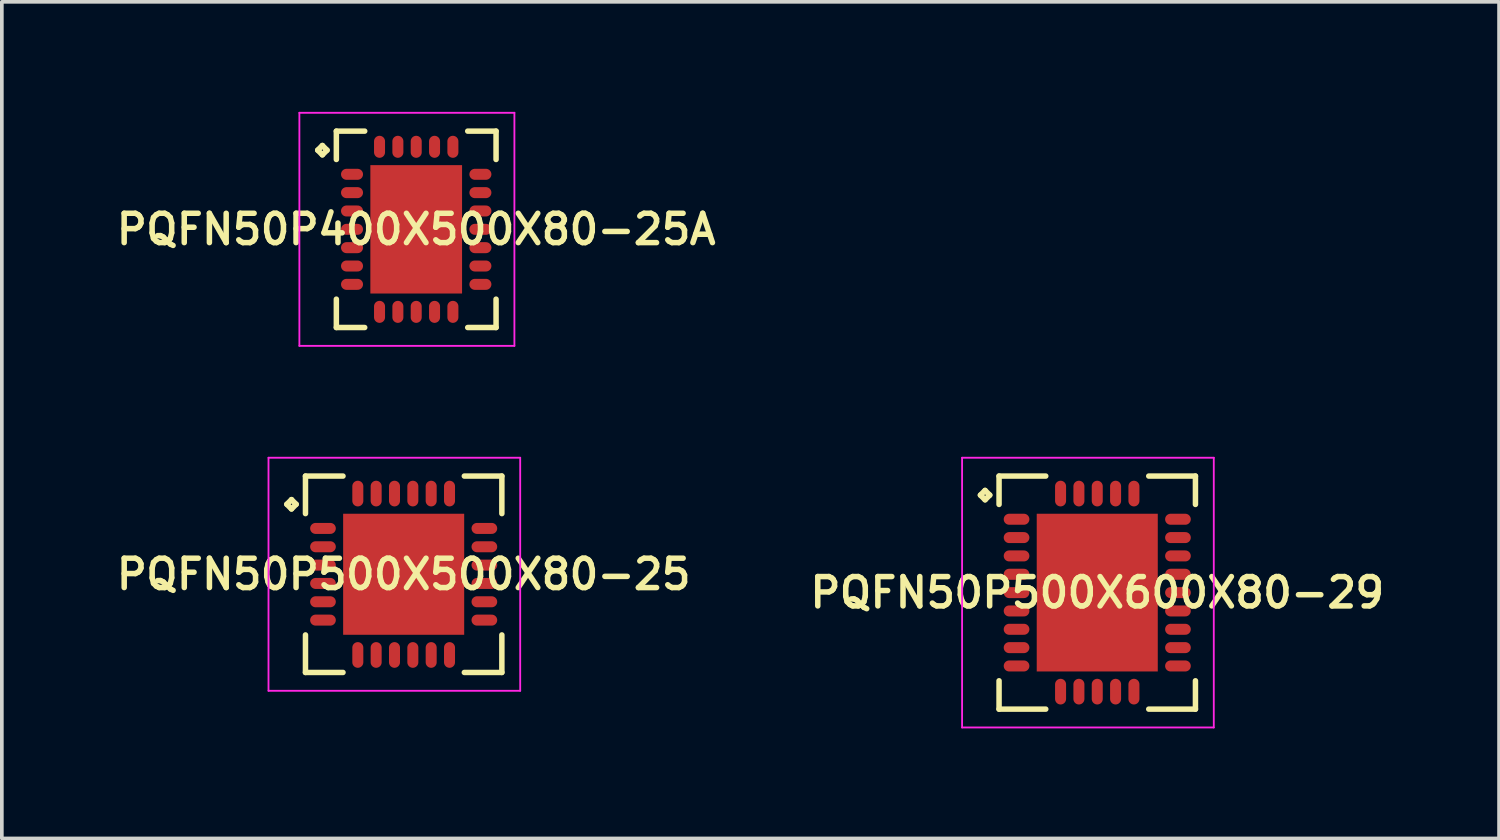
<source format=kicad_pcb>
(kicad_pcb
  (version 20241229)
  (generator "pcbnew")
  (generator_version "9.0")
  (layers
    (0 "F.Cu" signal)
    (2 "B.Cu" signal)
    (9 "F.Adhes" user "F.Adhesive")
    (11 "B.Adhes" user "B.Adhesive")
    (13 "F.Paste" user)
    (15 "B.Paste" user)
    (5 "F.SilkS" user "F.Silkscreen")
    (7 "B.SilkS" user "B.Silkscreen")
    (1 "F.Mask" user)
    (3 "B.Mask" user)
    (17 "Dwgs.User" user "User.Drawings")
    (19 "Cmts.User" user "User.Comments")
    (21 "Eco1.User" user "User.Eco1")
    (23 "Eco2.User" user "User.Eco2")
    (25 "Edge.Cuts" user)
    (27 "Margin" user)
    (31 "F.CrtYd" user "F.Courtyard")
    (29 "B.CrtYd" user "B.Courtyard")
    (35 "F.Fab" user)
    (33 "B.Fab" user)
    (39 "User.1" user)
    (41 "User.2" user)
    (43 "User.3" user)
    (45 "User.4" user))
  (footprint "PQFN50P500X500X80-25"
    (layer "F.Cu")
    (at 7.955 12.606)
    (property "Reference" "PQFN50P500X500X80-25" (at 0 0 0) (layer "F.SilkS") (effects (font (size 0.8 0.8) (thickness 0.15))))
    (attr smd)
    (fp_line (start -3.185 -1.908) (end -3.058 -2.035) (stroke (width 0.15) (type solid)) (layer "F.SilkS"))
    (fp_line (start -3.058 -2.035) (end -2.931 -1.908) (stroke (width 0.15) (type solid)) (layer "F.SilkS"))
    (fp_line (start -3.058 -1.781) (end -3.185 -1.908) (stroke (width 0.15) (type solid)) (layer "F.SilkS"))
    (fp_line (start -2.931 -1.908) (end -3.058 -1.781) (stroke (width 0.15) (type solid)) (layer "F.SilkS"))
    (fp_line (start -2.677 -2.677) (end -1.654 -2.677) (stroke (width 0.15) (type solid)) (layer "F.SilkS"))
    (fp_line (start -2.677 -1.654) (end -2.677 -2.677) (stroke (width 0.15) (type solid)) (layer "F.SilkS"))
    (fp_line (start -2.677 1.654) (end -2.677 2.677) (stroke (width 0.15) (type solid)) (layer "F.SilkS"))
    (fp_line (start -2.677 2.677) (end -1.654 2.677) (stroke (width 0.15) (type solid)) (layer "F.SilkS"))
    (fp_line (start 1.654 -2.677) (end 2.677 -2.677) (stroke (width 0.15) (type solid)) (layer "F.SilkS"))
    (fp_line (start 1.654 2.677) (end 2.677 2.677) (stroke (width 0.15) (type solid)) (layer "F.SilkS"))
    (fp_line (start 2.677 -2.677) (end 2.677 -1.654) (stroke (width 0.15) (type solid)) (layer "F.SilkS"))
    (fp_line (start 2.677 2.677) (end 2.677 1.654) (stroke (width 0.15) (type solid)) (layer "F.SilkS"))
    (fp_line (start -3.685 -3.177) (end 3.177 -3.177) (stroke (width 0.05) (type solid)) (layer "F.CrtYd"))
    (fp_line (start -3.685 3.177) (end -3.685 -3.177) (stroke (width 0.05) (type solid)) (layer "F.CrtYd"))
    (fp_line (start 3.177 -3.177) (end 3.177 3.177) (stroke (width 0.05) (type solid)) (layer "F.CrtYd"))
    (fp_line (start 3.177 3.177) (end -3.685 3.177) (stroke (width 0.05) (type solid)) (layer "F.CrtYd"))
    (pad "1" smd oval (at -2.2 -1.25) (size 0.7 0.3) (layers "F.Cu" "F.Mask" "F.Paste"))
    (pad "2" smd oval (at -2.2 -0.75) (size 0.7 0.3) (layers "F.Cu" "F.Mask" "F.Paste"))
    (pad "3" smd oval (at -2.2 -0.25) (size 0.7 0.3) (layers "F.Cu" "F.Mask" "F.Paste"))
    (pad "4" smd oval (at -2.2 0.25) (size 0.7 0.3) (layers "F.Cu" "F.Mask" "F.Paste"))
    (pad "5" smd oval (at -2.2 0.75) (size 0.7 0.3) (layers "F.Cu" "F.Mask" "F.Paste"))
    (pad "6" smd oval (at -2.2 1.25) (size 0.7 0.3) (layers "F.Cu" "F.Mask" "F.Paste"))
    (pad "7" smd oval (at -1.25 2.2) (size 0.3 0.7) (layers "F.Cu" "F.Mask" "F.Paste"))
    (pad "8" smd oval (at -0.75 2.2) (size 0.3 0.7) (layers "F.Cu" "F.Mask" "F.Paste"))
    (pad "9" smd oval (at -0.25 2.2) (size 0.3 0.7) (layers "F.Cu" "F.Mask" "F.Paste"))
    (pad "10" smd oval (at 0.25 2.2) (size 0.3 0.7) (layers "F.Cu" "F.Mask" "F.Paste"))
    (pad "11" smd oval (at 0.75 2.2) (size 0.3 0.7) (layers "F.Cu" "F.Mask" "F.Paste"))
    (pad "12" smd oval (at 1.25 2.2) (size 0.3 0.7) (layers "F.Cu" "F.Mask" "F.Paste"))
    (pad "13" smd oval (at 2.2 1.25) (size 0.7 0.3) (layers "F.Cu" "F.Mask" "F.Paste"))
    (pad "14" smd oval (at 2.2 0.75) (size 0.7 0.3) (layers "F.Cu" "F.Mask" "F.Paste"))
    (pad "15" smd oval (at 2.2 0.25) (size 0.7 0.3) (layers "F.Cu" "F.Mask" "F.Paste"))
    (pad "16" smd oval (at 2.2 -0.25) (size 0.7 0.3) (layers "F.Cu" "F.Mask" "F.Paste"))
    (pad "17" smd oval (at 2.2 -0.75) (size 0.7 0.3) (layers "F.Cu" "F.Mask" "F.Paste"))
    (pad "18" smd oval (at 2.2 -1.25) (size 0.7 0.3) (layers "F.Cu" "F.Mask" "F.Paste"))
    (pad "19" smd oval (at 1.25 -2.2) (size 0.3 0.7) (layers "F.Cu" "F.Mask" "F.Paste"))
    (pad "20" smd oval (at 0.75 -2.2) (size 0.3 0.7) (layers "F.Cu" "F.Mask" "F.Paste"))
    (pad "21" smd oval (at 0.25 -2.2) (size 0.3 0.7) (layers "F.Cu" "F.Mask" "F.Paste"))
    (pad "22" smd oval (at -0.25 -2.2) (size 0.3 0.7) (layers "F.Cu" "F.Mask" "F.Paste"))
    (pad "23" smd oval (at -0.75 -2.2) (size 0.3 0.7) (layers "F.Cu" "F.Mask" "F.Paste"))
    (pad "24" smd oval (at -1.25 -2.2) (size 0.3 0.7) (layers "F.Cu" "F.Mask" "F.Paste"))
    (pad "25" smd rect (at 0 0) (size 3.3 3.3) (layers "F.Cu" "F.Mask" "F.Paste")))
  (footprint "PQFN50P400X500X80-25A"
    (layer "F.Cu")
    (at 8.297 3.202)
    (property "Reference" "PQFN50P400X500X80-25A" (at 0 0 0) (layer "F.SilkS") (effects (font (size 0.8 0.8) (thickness 0.15))))
    (attr smd)
    (fp_line (start -2.685 -2.158) (end -2.558 -2.285) (stroke (width 0.15) (type solid)) (layer "F.SilkS"))
    (fp_line (start -2.558 -2.285) (end -2.431 -2.158) (stroke (width 0.15) (type solid)) (layer "F.SilkS"))
    (fp_line (start -2.558 -2.031) (end -2.685 -2.158) (stroke (width 0.15) (type solid)) (layer "F.SilkS"))
    (fp_line (start -2.431 -2.158) (end -2.558 -2.031) (stroke (width 0.15) (type solid)) (layer "F.SilkS"))
    (fp_line (start -2.177 -2.677) (end -1.404 -2.677) (stroke (width 0.15) (type solid)) (layer "F.SilkS"))
    (fp_line (start -2.177 -1.904) (end -2.177 -2.677) (stroke (width 0.15) (type solid)) (layer "F.SilkS"))
    (fp_line (start -2.177 1.904) (end -2.177 2.677) (stroke (width 0.15) (type solid)) (layer "F.SilkS"))
    (fp_line (start -2.177 2.677) (end -1.404 2.677) (stroke (width 0.15) (type solid)) (layer "F.SilkS"))
    (fp_line (start 1.404 -2.677) (end 2.177 -2.677) (stroke (width 0.15) (type solid)) (layer "F.SilkS"))
    (fp_line (start 1.404 2.677) (end 2.177 2.677) (stroke (width 0.15) (type solid)) (layer "F.SilkS"))
    (fp_line (start 2.177 -2.677) (end 2.177 -1.904) (stroke (width 0.15) (type solid)) (layer "F.SilkS"))
    (fp_line (start 2.177 2.677) (end 2.177 1.904) (stroke (width 0.15) (type solid)) (layer "F.SilkS"))
    (fp_line (start -3.185 -3.177) (end 2.677 -3.177) (stroke (width 0.05) (type solid)) (layer "F.CrtYd"))
    (fp_line (start -3.185 3.177) (end -3.185 -3.177) (stroke (width 0.05) (type solid)) (layer "F.CrtYd"))
    (fp_line (start 2.677 -3.177) (end 2.677 3.177) (stroke (width 0.05) (type solid)) (layer "F.CrtYd"))
    (fp_line (start 2.677 3.177) (end -3.185 3.177) (stroke (width 0.05) (type solid)) (layer "F.CrtYd"))
    (pad "1" smd oval (at -1.75 -1.5) (size 0.6 0.3) (layers "F.Cu" "F.Mask" "F.Paste"))
    (pad "2" smd oval (at -1.75 -1) (size 0.6 0.3) (layers "F.Cu" "F.Mask" "F.Paste"))
    (pad "3" smd oval (at -1.75 -0.5) (size 0.6 0.3) (layers "F.Cu" "F.Mask" "F.Paste"))
    (pad "4" smd oval (at -1.75 0) (size 0.6 0.3) (layers "F.Cu" "F.Mask" "F.Paste"))
    (pad "5" smd oval (at -1.75 0.5) (size 0.6 0.3) (layers "F.Cu" "F.Mask" "F.Paste"))
    (pad "6" smd oval (at -1.75 1) (size 0.6 0.3) (layers "F.Cu" "F.Mask" "F.Paste"))
    (pad "7" smd oval (at -1.75 1.5) (size 0.6 0.3) (layers "F.Cu" "F.Mask" "F.Paste"))
    (pad "8" smd oval (at -1 2.25) (size 0.3 0.6) (layers "F.Cu" "F.Mask" "F.Paste"))
    (pad "9" smd oval (at -0.5 2.25) (size 0.3 0.6) (layers "F.Cu" "F.Mask" "F.Paste"))
    (pad "10" smd oval (at 0 2.25) (size 0.3 0.6) (layers "F.Cu" "F.Mask" "F.Paste"))
    (pad "11" smd oval (at 0.5 2.25) (size 0.3 0.6) (layers "F.Cu" "F.Mask" "F.Paste"))
    (pad "12" smd oval (at 1 2.25) (size 0.3 0.6) (layers "F.Cu" "F.Mask" "F.Paste"))
    (pad "13" smd oval (at 1.75 1.5) (size 0.6 0.3) (layers "F.Cu" "F.Mask" "F.Paste"))
    (pad "14" smd oval (at 1.75 1) (size 0.6 0.3) (layers "F.Cu" "F.Mask" "F.Paste"))
    (pad "15" smd oval (at 1.75 0.5) (size 0.6 0.3) (layers "F.Cu" "F.Mask" "F.Paste"))
    (pad "16" smd oval (at 1.75 0) (size 0.6 0.3) (layers "F.Cu" "F.Mask" "F.Paste"))
    (pad "17" smd oval (at 1.75 -0.5) (size 0.6 0.3) (layers "F.Cu" "F.Mask" "F.Paste"))
    (pad "18" smd oval (at 1.75 -1) (size 0.6 0.3) (layers "F.Cu" "F.Mask" "F.Paste"))
    (pad "19" smd oval (at 1.75 -1.5) (size 0.6 0.3) (layers "F.Cu" "F.Mask" "F.Paste"))
    (pad "20" smd oval (at 1 -2.25) (size 0.3 0.6) (layers "F.Cu" "F.Mask" "F.Paste"))
    (pad "21" smd oval (at 0.5 -2.25) (size 0.3 0.6) (layers "F.Cu" "F.Mask" "F.Paste"))
    (pad "22" smd oval (at 0 -2.25) (size 0.3 0.6) (layers "F.Cu" "F.Mask" "F.Paste"))
    (pad "23" smd oval (at -0.5 -2.25) (size 0.3 0.6) (layers "F.Cu" "F.Mask" "F.Paste"))
    (pad "24" smd oval (at -1 -2.25) (size 0.3 0.6) (layers "F.Cu" "F.Mask" "F.Paste"))
    (pad "25" smd rect (at 0 0) (size 2.5 3.5) (layers "F.Cu" "F.Mask" "F.Paste")))
  (footprint "PQFN50P500X600X80-29"
    (layer "F.Cu")
    (at 26.864 13.106)
    (property "Reference" "PQFN50P500X600X80-29" (at 0 0 0) (layer "F.SilkS") (effects (font (size 0.8 0.8) (thickness 0.15))))
    (attr smd)
    (fp_line (start -3.185 -2.658) (end -3.058 -2.785) (stroke (width 0.15) (type solid)) (layer "F.SilkS"))
    (fp_line (start -3.058 -2.785) (end -2.931 -2.658) (stroke (width 0.15) (type solid)) (layer "F.SilkS"))
    (fp_line (start -3.058 -2.531) (end -3.185 -2.658) (stroke (width 0.15) (type solid)) (layer "F.SilkS"))
    (fp_line (start -2.931 -2.658) (end -3.058 -2.531) (stroke (width 0.15) (type solid)) (layer "F.SilkS"))
    (fp_line (start -2.677 -3.177) (end -1.404 -3.177) (stroke (width 0.15) (type solid)) (layer "F.SilkS"))
    (fp_line (start -2.677 -2.404) (end -2.677 -3.177) (stroke (width 0.15) (type solid)) (layer "F.SilkS"))
    (fp_line (start -2.677 2.404) (end -2.677 3.177) (stroke (width 0.15) (type solid)) (layer "F.SilkS"))
    (fp_line (start -2.677 3.177) (end -1.404 3.177) (stroke (width 0.15) (type solid)) (layer "F.SilkS"))
    (fp_line (start 1.404 -3.177) (end 2.677 -3.177) (stroke (width 0.15) (type solid)) (layer "F.SilkS"))
    (fp_line (start 1.404 3.177) (end 2.677 3.177) (stroke (width 0.15) (type solid)) (layer "F.SilkS"))
    (fp_line (start 2.677 -3.177) (end 2.677 -2.404) (stroke (width 0.15) (type solid)) (layer "F.SilkS"))
    (fp_line (start 2.677 3.177) (end 2.677 2.404) (stroke (width 0.15) (type solid)) (layer "F.SilkS"))
    (fp_line (start -3.685 -3.677) (end 3.177 -3.677) (stroke (width 0.05) (type solid)) (layer "F.CrtYd"))
    (fp_line (start -3.685 3.677) (end -3.685 -3.677) (stroke (width 0.05) (type solid)) (layer "F.CrtYd"))
    (fp_line (start 3.177 -3.677) (end 3.177 3.677) (stroke (width 0.05) (type solid)) (layer "F.CrtYd"))
    (fp_line (start 3.177 3.677) (end -3.685 3.677) (stroke (width 0.05) (type solid)) (layer "F.CrtYd"))
    (pad "1" smd oval (at -2.2 -2) (size 0.7 0.3) (layers "F.Cu" "F.Mask" "F.Paste"))
    (pad "2" smd oval (at -2.2 -1.5) (size 0.7 0.3) (layers "F.Cu" "F.Mask" "F.Paste"))
    (pad "3" smd oval (at -2.2 -1) (size 0.7 0.3) (layers "F.Cu" "F.Mask" "F.Paste"))
    (pad "4" smd oval (at -2.2 -0.5) (size 0.7 0.3) (layers "F.Cu" "F.Mask" "F.Paste"))
    (pad "5" smd oval (at -2.2 0) (size 0.7 0.3) (layers "F.Cu" "F.Mask" "F.Paste"))
    (pad "6" smd oval (at -2.2 0.5) (size 0.7 0.3) (layers "F.Cu" "F.Mask" "F.Paste"))
    (pad "7" smd oval (at -2.2 1) (size 0.7 0.3) (layers "F.Cu" "F.Mask" "F.Paste"))
    (pad "8" smd oval (at -2.2 1.5) (size 0.7 0.3) (layers "F.Cu" "F.Mask" "F.Paste"))
    (pad "9" smd oval (at -2.2 2) (size 0.7 0.3) (layers "F.Cu" "F.Mask" "F.Paste"))
    (pad "10" smd oval (at -1 2.7) (size 0.3 0.7) (layers "F.Cu" "F.Mask" "F.Paste"))
    (pad "11" smd oval (at -0.5 2.7) (size 0.3 0.7) (layers "F.Cu" "F.Mask" "F.Paste"))
    (pad "12" smd oval (at 0 2.7) (size 0.3 0.7) (layers "F.Cu" "F.Mask" "F.Paste"))
    (pad "13" smd oval (at 0.5 2.7) (size 0.3 0.7) (layers "F.Cu" "F.Mask" "F.Paste"))
    (pad "14" smd oval (at 1 2.7) (size 0.3 0.7) (layers "F.Cu" "F.Mask" "F.Paste"))
    (pad "15" smd oval (at 2.2 2) (size 0.7 0.3) (layers "F.Cu" "F.Mask" "F.Paste"))
    (pad "16" smd oval (at 2.2 1.5) (size 0.7 0.3) (layers "F.Cu" "F.Mask" "F.Paste"))
    (pad "17" smd oval (at 2.2 1) (size 0.7 0.3) (layers "F.Cu" "F.Mask" "F.Paste"))
    (pad "18" smd oval (at 2.2 0.5) (size 0.7 0.3) (layers "F.Cu" "F.Mask" "F.Paste"))
    (pad "19" smd oval (at 2.2 0) (size 0.7 0.3) (layers "F.Cu" "F.Mask" "F.Paste"))
    (pad "20" smd oval (at 2.2 -0.5) (size 0.7 0.3) (layers "F.Cu" "F.Mask" "F.Paste"))
    (pad "21" smd oval (at 2.2 -1) (size 0.7 0.3) (layers "F.Cu" "F.Mask" "F.Paste"))
    (pad "22" smd oval (at 2.2 -1.5) (size 0.7 0.3) (layers "F.Cu" "F.Mask" "F.Paste"))
    (pad "23" smd oval (at 2.2 -2) (size 0.7 0.3) (layers "F.Cu" "F.Mask" "F.Paste"))
    (pad "24" smd oval (at 1 -2.7) (size 0.3 0.7) (layers "F.Cu" "F.Mask" "F.Paste"))
    (pad "25" smd oval (at 0.5 -2.7) (size 0.3 0.7) (layers "F.Cu" "F.Mask" "F.Paste"))
    (pad "26" smd oval (at 0 -2.7) (size 0.3 0.7) (layers "F.Cu" "F.Mask" "F.Paste"))
    (pad "27" smd oval (at -0.5 -2.7) (size 0.3 0.7) (layers "F.Cu" "F.Mask" "F.Paste"))
    (pad "28" smd oval (at -1 -2.7) (size 0.3 0.7) (layers "F.Cu" "F.Mask" "F.Paste"))
    (pad "29" smd rect (at 0 0) (size 3.3 4.3) (layers "F.Cu" "F.Mask" "F.Paste")))
  (gr_rect
    (start -3 -3)
    (end 37.818 19.808)
    (stroke (width 0.1) (type default))
    (fill no)
    (layer "Edge.Cuts")))
</source>
